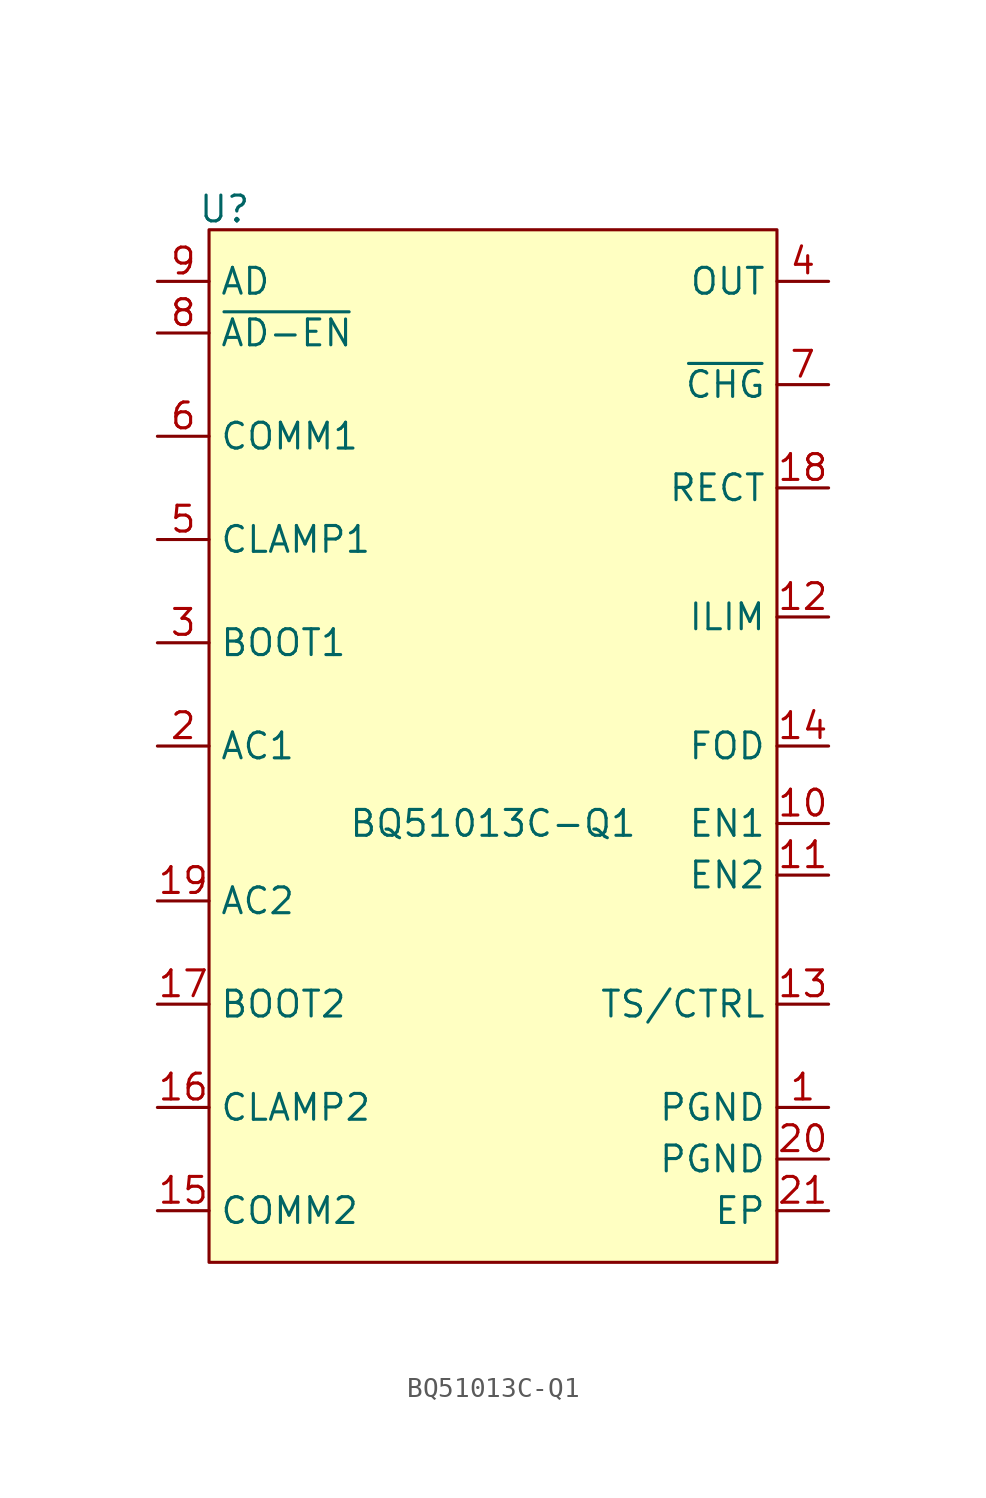
<source format=kicad_sym>
(kicad_symbol_lib
  (version 20231120)
  (generator "kicad_symbol_editor")
  (generator_version "8.0")
  (symbol "BQ51013C-Q1"
    (property "Reference" "U"
      (at -13.208 30.226 0)
      (effects (font (size 1.27 1.27))))
    (property "Value" "BQ51013C-Q1"
      (at 0 0 0)
      (effects (font (size 1.27 1.27))))
    (symbol "BQ51013C-Q1_0_1"
      (rectangle (start -13.97 29.21) (end 13.97 -21.59) (stroke (width 0) (type default)) (fill (type background))))
    (symbol "BQ51013C-Q1_1_1"
      (pin power_out line (at 16.51 -13.97 180) (length 2.54) (name "PGND" (effects (font (size 1.27 1.27)))) (number "1" (effects (font (size 1.27 1.27)))))
      (pin input line (at 16.51 0 180) (length 2.54) (name "EN1" (effects (font (size 1.27 1.27)))) (number "10" (effects (font (size 1.27 1.27)))))
      (pin input line (at 16.51 -2.54 180) (length 2.54) (name "EN2" (effects (font (size 1.27 1.27)))) (number "11" (effects (font (size 1.27 1.27)))))
      (pin bidirectional line (at 16.51 10.16 180) (length 2.54) (name "ILIM" (effects (font (size 1.27 1.27)))) (number "12" (effects (font (size 1.27 1.27)))))
      (pin input line (at 16.51 -8.89 180) (length 2.54) (name "TS/CTRL" (effects (font (size 1.27 1.27)))) (number "13" (effects (font (size 1.27 1.27)))))
      (pin input line (at 16.51 3.81 180) (length 2.54) (name "FOD" (effects (font (size 1.27 1.27)))) (number "14" (effects (font (size 1.27 1.27)))))
      (pin output line (at -16.51 -19.05 0) (length 2.54) (name "COMM2" (effects (font (size 1.27 1.27)))) (number "15" (effects (font (size 1.27 1.27)))))
      (pin output line (at -16.51 -13.97 0) (length 2.54) (name "CLAMP2" (effects (font (size 1.27 1.27)))) (number "16" (effects (font (size 1.27 1.27)))))
      (pin output line (at -16.51 -8.89 0) (length 2.54) (name "BOOT2" (effects (font (size 1.27 1.27)))) (number "17" (effects (font (size 1.27 1.27)))))
      (pin output line (at 16.51 16.51 180) (length 2.54) (name "RECT" (effects (font (size 1.27 1.27)))) (number "18" (effects (font (size 1.27 1.27)))))
      (pin input line (at -16.51 -3.81 0) (length 2.54) (name "AC2" (effects (font (size 1.27 1.27)))) (number "19" (effects (font (size 1.27 1.27)))))
      (pin input line (at -16.51 3.81 0) (length 2.54) (name "AC1" (effects (font (size 1.27 1.27)))) (number "2" (effects (font (size 1.27 1.27)))))
      (pin power_out line (at 16.51 -16.51 180) (length 2.54) (name "PGND" (effects (font (size 1.27 1.27)))) (number "20" (effects (font (size 1.27 1.27)))))
      (pin power_out line (at 16.51 -19.05 180) (length 2.54) (name "EP" (effects (font (size 1.27 1.27)))) (number "21" (effects (font (size 1.27 1.27)))))
      (pin output line (at -16.51 8.89 0) (length 2.54) (name "BOOT1" (effects (font (size 1.27 1.27)))) (number "3" (effects (font (size 1.27 1.27)))))
      (pin power_out line (at 16.51 26.67 180) (length 2.54) (name "OUT" (effects (font (size 1.27 1.27)))) (number "4" (effects (font (size 1.27 1.27)))))
      (pin output line (at -16.51 13.97 0) (length 2.54) (name "CLAMP1" (effects (font (size 1.27 1.27)))) (number "5" (effects (font (size 1.27 1.27)))))
      (pin output line (at -16.51 19.05 0) (length 2.54) (name "COMM1" (effects (font (size 1.27 1.27)))) (number "6" (effects (font (size 1.27 1.27)))))
      (pin output line (at 16.51 21.59 180) (length 2.54) (name "~{CHG}" (effects (font (size 1.27 1.27)))) (number "7" (effects (font (size 1.27 1.27)))))
      (pin output line (at -16.51 24.13 0) (length 2.54) (name "~{AD-EN}" (effects (font (size 1.27 1.27)))) (number "8" (effects (font (size 1.27 1.27)))))
      (pin input line (at -16.51 26.67 0) (length 2.54) (name "AD" (effects (font (size 1.27 1.27)))) (number "9" (effects (font (size 1.27 1.27))))))))
</source>
